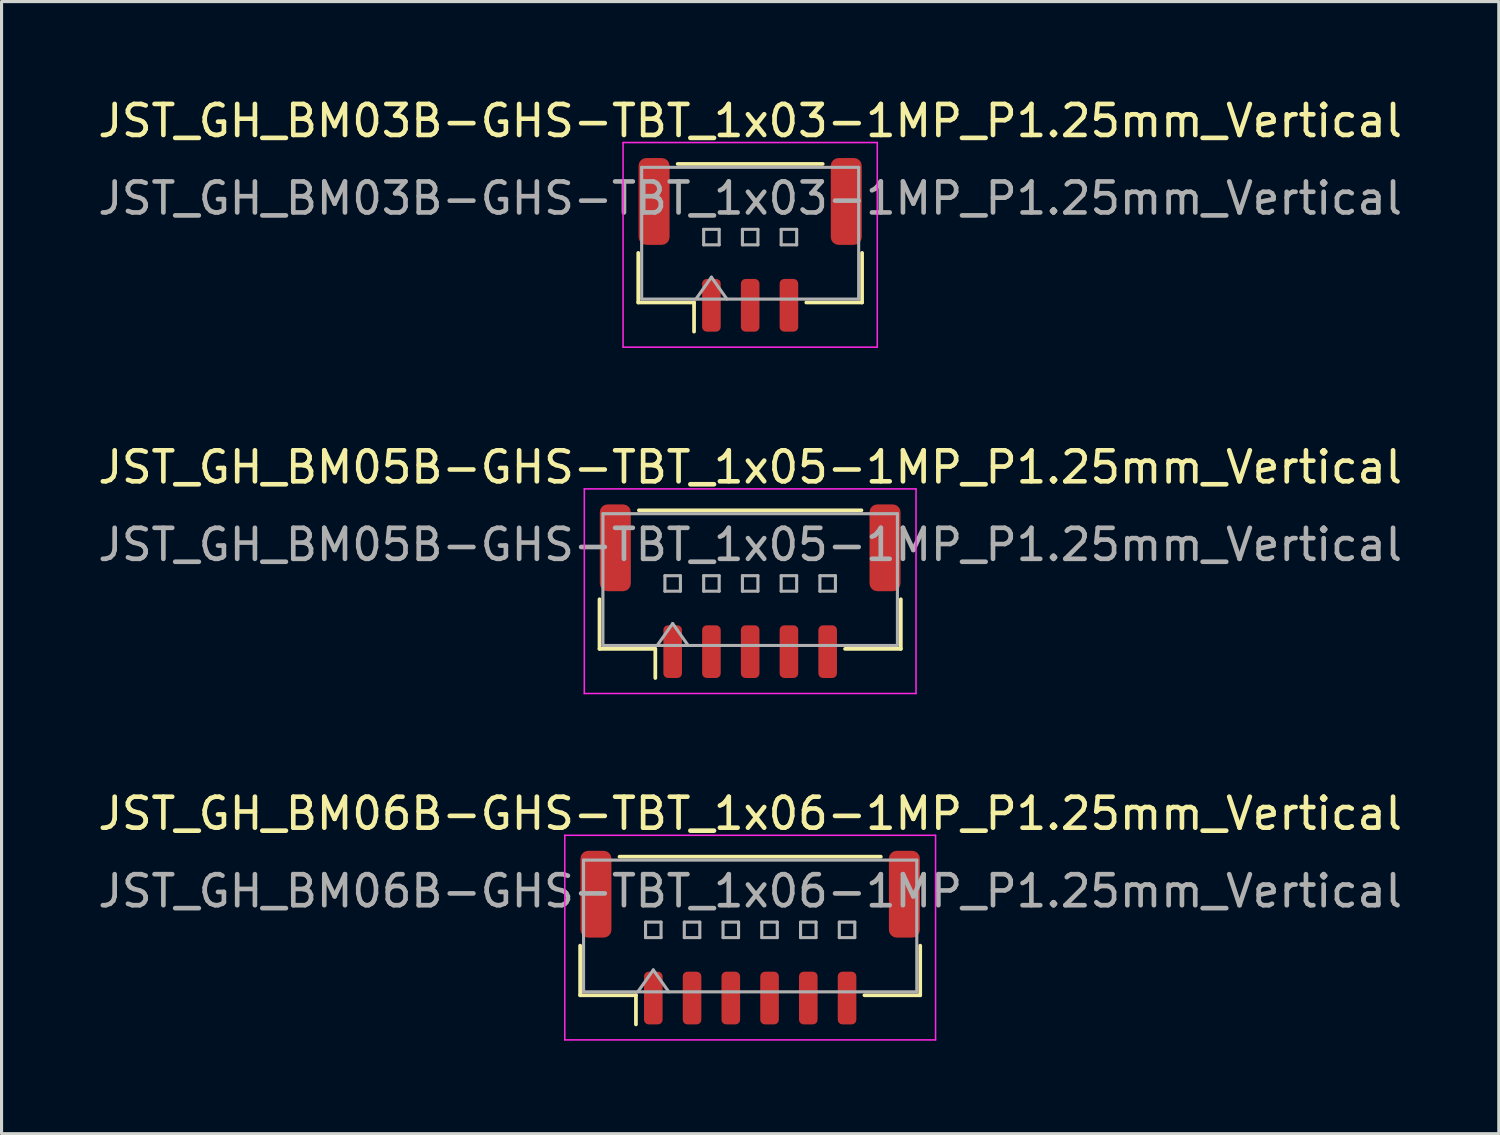
<source format=kicad_pcb>
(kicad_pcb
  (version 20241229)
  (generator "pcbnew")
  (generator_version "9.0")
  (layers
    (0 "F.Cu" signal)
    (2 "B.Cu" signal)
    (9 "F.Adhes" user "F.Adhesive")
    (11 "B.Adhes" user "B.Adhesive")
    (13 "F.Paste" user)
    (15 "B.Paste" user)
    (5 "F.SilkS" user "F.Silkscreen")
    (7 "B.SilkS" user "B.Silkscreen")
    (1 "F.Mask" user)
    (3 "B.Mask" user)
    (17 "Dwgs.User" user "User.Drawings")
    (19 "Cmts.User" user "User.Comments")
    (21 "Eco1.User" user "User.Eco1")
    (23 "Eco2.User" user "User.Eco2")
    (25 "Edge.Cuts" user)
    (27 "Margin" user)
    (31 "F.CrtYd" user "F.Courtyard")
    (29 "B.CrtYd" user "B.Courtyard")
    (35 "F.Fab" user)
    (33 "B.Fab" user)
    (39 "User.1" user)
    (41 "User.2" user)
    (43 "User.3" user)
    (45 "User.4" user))
  (footprint "JST_GH_BM05B-GHS-TBT_1x05-1MP_P1.25mm_Vertical"
    (layer "F.Cu")
    (at 21.149 16.021)
    (property "Reference" "JST_GH_BM05B-GHS-TBT_1x05-1MP_P1.25mm_Vertical" (at 0 -4 0) (layer "F.SilkS") (effects (font (size 1 1) (thickness 0.15))))
    (attr smd)
    (fp_line (start -4.86 0.26) (end -4.86 1.86) (stroke (width 0.12) (type solid)) (layer "F.SilkS"))
    (fp_line (start -4.86 1.86) (end -3.06 1.86) (stroke (width 0.12) (type solid)) (layer "F.SilkS"))
    (fp_line (start -3.59 -2.61) (end 3.59 -2.61) (stroke (width 0.12) (type solid)) (layer "F.SilkS"))
    (fp_line (start -3.06 1.86) (end -3.06 2.8) (stroke (width 0.12) (type solid)) (layer "F.SilkS"))
    (fp_line (start 4.86 0.26) (end 4.86 1.86) (stroke (width 0.12) (type solid)) (layer "F.SilkS"))
    (fp_line (start 4.86 1.86) (end 3.06 1.86) (stroke (width 0.12) (type solid)) (layer "F.SilkS"))
    (fp_line (start -5.35 -3.3) (end -5.35 3.3) (stroke (width 0.05) (type solid)) (layer "F.CrtYd"))
    (fp_line (start -5.35 3.3) (end 5.35 3.3) (stroke (width 0.05) (type solid)) (layer "F.CrtYd"))
    (fp_line (start 5.35 -3.3) (end -5.35 -3.3) (stroke (width 0.05) (type solid)) (layer "F.CrtYd"))
    (fp_line (start 5.35 3.3) (end 5.35 -3.3) (stroke (width 0.05) (type solid)) (layer "F.CrtYd"))
    (fp_line (start -4.75 -2.5) (end 4.75 -2.5) (stroke (width 0.1) (type solid)) (layer "F.Fab"))
    (fp_line (start -4.75 1.75) (end -4.75 -2.5) (stroke (width 0.1) (type solid)) (layer "F.Fab"))
    (fp_line (start -4.75 1.75) (end 4.75 1.75) (stroke (width 0.1) (type solid)) (layer "F.Fab"))
    (fp_line (start -3 1.75) (end -2.5 1.043) (stroke (width 0.1) (type solid)) (layer "F.Fab"))
    (fp_line (start -2.75 -0.5) (end -2.75 0) (stroke (width 0.1) (type solid)) (layer "F.Fab"))
    (fp_line (start -2.75 0) (end -2.25 0) (stroke (width 0.1) (type solid)) (layer "F.Fab"))
    (fp_line (start -2.5 1.043) (end -2 1.75) (stroke (width 0.1) (type solid)) (layer "F.Fab"))
    (fp_line (start -2.25 -0.5) (end -2.75 -0.5) (stroke (width 0.1) (type solid)) (layer "F.Fab"))
    (fp_line (start -2.25 0) (end -2.25 -0.5) (stroke (width 0.1) (type solid)) (layer "F.Fab"))
    (fp_line (start -1.5 -0.5) (end -1.5 0) (stroke (width 0.1) (type solid)) (layer "F.Fab"))
    (fp_line (start -1.5 0) (end -1 0) (stroke (width 0.1) (type solid)) (layer "F.Fab"))
    (fp_line (start -1 -0.5) (end -1.5 -0.5) (stroke (width 0.1) (type solid)) (layer "F.Fab"))
    (fp_line (start -1 0) (end -1 -0.5) (stroke (width 0.1) (type solid)) (layer "F.Fab"))
    (fp_line (start -0.25 -0.5) (end -0.25 0) (stroke (width 0.1) (type solid)) (layer "F.Fab"))
    (fp_line (start -0.25 0) (end 0.25 0) (stroke (width 0.1) (type solid)) (layer "F.Fab"))
    (fp_line (start 0.25 -0.5) (end -0.25 -0.5) (stroke (width 0.1) (type solid)) (layer "F.Fab"))
    (fp_line (start 0.25 0) (end 0.25 -0.5) (stroke (width 0.1) (type solid)) (layer "F.Fab"))
    (fp_line (start 1 -0.5) (end 1 0) (stroke (width 0.1) (type solid)) (layer "F.Fab"))
    (fp_line (start 1 0) (end 1.5 0) (stroke (width 0.1) (type solid)) (layer "F.Fab"))
    (fp_line (start 1.5 -0.5) (end 1 -0.5) (stroke (width 0.1) (type solid)) (layer "F.Fab"))
    (fp_line (start 1.5 0) (end 1.5 -0.5) (stroke (width 0.1) (type solid)) (layer "F.Fab"))
    (fp_line (start 2.25 -0.5) (end 2.25 0) (stroke (width 0.1) (type solid)) (layer "F.Fab"))
    (fp_line (start 2.25 0) (end 2.75 0) (stroke (width 0.1) (type solid)) (layer "F.Fab"))
    (fp_line (start 2.75 -0.5) (end 2.25 -0.5) (stroke (width 0.1) (type solid)) (layer "F.Fab"))
    (fp_line (start 2.75 0) (end 2.75 -0.5) (stroke (width 0.1) (type solid)) (layer "F.Fab"))
    (fp_line (start 4.75 1.75) (end 4.75 -2.5) (stroke (width 0.1) (type solid)) (layer "F.Fab"))
    (fp_text user "${REFERENCE}" (at 0 -1.5 0) (layer "F.Fab") (effects (font (size 1 1) (thickness 0.15))))
    (pad "1" smd roundrect (at -2.5 1.95) (size 0.6 1.7) (layers "F.Cu" "F.Mask" "F.Paste") (roundrect_rratio 0.25))
    (pad "2" smd roundrect (at -1.25 1.95) (size 0.6 1.7) (layers "F.Cu" "F.Mask" "F.Paste") (roundrect_rratio 0.25))
    (pad "3" smd roundrect (at 0 1.95) (size 0.6 1.7) (layers "F.Cu" "F.Mask" "F.Paste") (roundrect_rratio 0.25))
    (pad "4" smd roundrect (at 1.25 1.95) (size 0.6 1.7) (layers "F.Cu" "F.Mask" "F.Paste") (roundrect_rratio 0.25))
    (pad "5" smd roundrect (at 2.5 1.95) (size 0.6 1.7) (layers "F.Cu" "F.Mask" "F.Paste") (roundrect_rratio 0.25))
    (pad "MP" smd roundrect (at -4.35 -1.4) (size 1 2.8) (layers "F.Cu" "F.Mask" "F.Paste") (roundrect_rratio 0.25))
    (pad "MP" smd roundrect (at 4.35 -1.4) (size 1 2.8) (layers "F.Cu" "F.Mask" "F.Paste") (roundrect_rratio 0.25)))
  (footprint "JST_GH_BM03B-GHS-TBT_1x03-1MP_P1.25mm_Vertical"
    (layer "F.Cu")
    (at 21.149 4.848)
    (property "Reference" "JST_GH_BM03B-GHS-TBT_1x03-1MP_P1.25mm_Vertical" (at 0 -4 0) (layer "F.SilkS") (effects (font (size 1 1) (thickness 0.15))))
    (attr smd)
    (fp_line (start -3.61 0.26) (end -3.61 1.86) (stroke (width 0.12) (type solid)) (layer "F.SilkS"))
    (fp_line (start -3.61 1.86) (end -1.81 1.86) (stroke (width 0.12) (type solid)) (layer "F.SilkS"))
    (fp_line (start -2.34 -2.61) (end 2.34 -2.61) (stroke (width 0.12) (type solid)) (layer "F.SilkS"))
    (fp_line (start -1.81 1.86) (end -1.81 2.8) (stroke (width 0.12) (type solid)) (layer "F.SilkS"))
    (fp_line (start 3.61 0.26) (end 3.61 1.86) (stroke (width 0.12) (type solid)) (layer "F.SilkS"))
    (fp_line (start 3.61 1.86) (end 1.81 1.86) (stroke (width 0.12) (type solid)) (layer "F.SilkS"))
    (fp_line (start -4.1 -3.3) (end -4.1 3.3) (stroke (width 0.05) (type solid)) (layer "F.CrtYd"))
    (fp_line (start -4.1 3.3) (end 4.1 3.3) (stroke (width 0.05) (type solid)) (layer "F.CrtYd"))
    (fp_line (start 4.1 -3.3) (end -4.1 -3.3) (stroke (width 0.05) (type solid)) (layer "F.CrtYd"))
    (fp_line (start 4.1 3.3) (end 4.1 -3.3) (stroke (width 0.05) (type solid)) (layer "F.CrtYd"))
    (fp_line (start -3.5 -2.5) (end 3.5 -2.5) (stroke (width 0.1) (type solid)) (layer "F.Fab"))
    (fp_line (start -3.5 1.75) (end -3.5 -2.5) (stroke (width 0.1) (type solid)) (layer "F.Fab"))
    (fp_line (start -3.5 1.75) (end 3.5 1.75) (stroke (width 0.1) (type solid)) (layer "F.Fab"))
    (fp_line (start -1.75 1.75) (end -1.25 1.043) (stroke (width 0.1) (type solid)) (layer "F.Fab"))
    (fp_line (start -1.5 -0.5) (end -1.5 0) (stroke (width 0.1) (type solid)) (layer "F.Fab"))
    (fp_line (start -1.5 0) (end -1 0) (stroke (width 0.1) (type solid)) (layer "F.Fab"))
    (fp_line (start -1.25 1.043) (end -0.75 1.75) (stroke (width 0.1) (type solid)) (layer "F.Fab"))
    (fp_line (start -1 -0.5) (end -1.5 -0.5) (stroke (width 0.1) (type solid)) (layer "F.Fab"))
    (fp_line (start -1 0) (end -1 -0.5) (stroke (width 0.1) (type solid)) (layer "F.Fab"))
    (fp_line (start -0.25 -0.5) (end -0.25 0) (stroke (width 0.1) (type solid)) (layer "F.Fab"))
    (fp_line (start -0.25 0) (end 0.25 0) (stroke (width 0.1) (type solid)) (layer "F.Fab"))
    (fp_line (start 0.25 -0.5) (end -0.25 -0.5) (stroke (width 0.1) (type solid)) (layer "F.Fab"))
    (fp_line (start 0.25 0) (end 0.25 -0.5) (stroke (width 0.1) (type solid)) (layer "F.Fab"))
    (fp_line (start 1 -0.5) (end 1 0) (stroke (width 0.1) (type solid)) (layer "F.Fab"))
    (fp_line (start 1 0) (end 1.5 0) (stroke (width 0.1) (type solid)) (layer "F.Fab"))
    (fp_line (start 1.5 -0.5) (end 1 -0.5) (stroke (width 0.1) (type solid)) (layer "F.Fab"))
    (fp_line (start 1.5 0) (end 1.5 -0.5) (stroke (width 0.1) (type solid)) (layer "F.Fab"))
    (fp_line (start 3.5 1.75) (end 3.5 -2.5) (stroke (width 0.1) (type solid)) (layer "F.Fab"))
    (fp_text user "${REFERENCE}" (at 0 -1.5 0) (layer "F.Fab") (effects (font (size 1 1) (thickness 0.15))))
    (pad "1" smd roundrect (at -1.25 1.95) (size 0.6 1.7) (layers "F.Cu" "F.Mask" "F.Paste") (roundrect_rratio 0.25))
    (pad "2" smd roundrect (at 0 1.95) (size 0.6 1.7) (layers "F.Cu" "F.Mask" "F.Paste") (roundrect_rratio 0.25))
    (pad "3" smd roundrect (at 1.25 1.95) (size 0.6 1.7) (layers "F.Cu" "F.Mask" "F.Paste") (roundrect_rratio 0.25))
    (pad "MP" smd roundrect (at -3.1 -1.4) (size 1 2.8) (layers "F.Cu" "F.Mask" "F.Paste") (roundrect_rratio 0.25))
    (pad "MP" smd roundrect (at 3.1 -1.4) (size 1 2.8) (layers "F.Cu" "F.Mask" "F.Paste") (roundrect_rratio 0.25)))
  (footprint "JST_GH_BM06B-GHS-TBT_1x06-1MP_P1.25mm_Vertical"
    (layer "F.Cu")
    (at 21.149 27.195)
    (property "Reference" "JST_GH_BM06B-GHS-TBT_1x06-1MP_P1.25mm_Vertical" (at 0 -4 0) (layer "F.SilkS") (effects (font (size 1 1) (thickness 0.15))))
    (attr smd)
    (fp_line (start -5.485 0.26) (end -5.485 1.86) (stroke (width 0.12) (type solid)) (layer "F.SilkS"))
    (fp_line (start -5.485 1.86) (end -3.685 1.86) (stroke (width 0.12) (type solid)) (layer "F.SilkS"))
    (fp_line (start -4.215 -2.61) (end 4.215 -2.61) (stroke (width 0.12) (type solid)) (layer "F.SilkS"))
    (fp_line (start -3.685 1.86) (end -3.685 2.8) (stroke (width 0.12) (type solid)) (layer "F.SilkS"))
    (fp_line (start 5.485 0.26) (end 5.485 1.86) (stroke (width 0.12) (type solid)) (layer "F.SilkS"))
    (fp_line (start 5.485 1.86) (end 3.685 1.86) (stroke (width 0.12) (type solid)) (layer "F.SilkS"))
    (fp_line (start -5.98 -3.3) (end -5.98 3.3) (stroke (width 0.05) (type solid)) (layer "F.CrtYd"))
    (fp_line (start -5.98 3.3) (end 5.98 3.3) (stroke (width 0.05) (type solid)) (layer "F.CrtYd"))
    (fp_line (start 5.98 -3.3) (end -5.98 -3.3) (stroke (width 0.05) (type solid)) (layer "F.CrtYd"))
    (fp_line (start 5.98 3.3) (end 5.98 -3.3) (stroke (width 0.05) (type solid)) (layer "F.CrtYd"))
    (fp_line (start -5.375 -2.5) (end 5.375 -2.5) (stroke (width 0.1) (type solid)) (layer "F.Fab"))
    (fp_line (start -5.375 1.75) (end -5.375 -2.5) (stroke (width 0.1) (type solid)) (layer "F.Fab"))
    (fp_line (start -5.375 1.75) (end 5.375 1.75) (stroke (width 0.1) (type solid)) (layer "F.Fab"))
    (fp_line (start -3.625 1.75) (end -3.125 1.043) (stroke (width 0.1) (type solid)) (layer "F.Fab"))
    (fp_line (start -3.375 -0.5) (end -3.375 0) (stroke (width 0.1) (type solid)) (layer "F.Fab"))
    (fp_line (start -3.375 0) (end -2.875 0) (stroke (width 0.1) (type solid)) (layer "F.Fab"))
    (fp_line (start -3.125 1.043) (end -2.625 1.75) (stroke (width 0.1) (type solid)) (layer "F.Fab"))
    (fp_line (start -2.875 -0.5) (end -3.375 -0.5) (stroke (width 0.1) (type solid)) (layer "F.Fab"))
    (fp_line (start -2.875 0) (end -2.875 -0.5) (stroke (width 0.1) (type solid)) (layer "F.Fab"))
    (fp_line (start -2.125 -0.5) (end -2.125 0) (stroke (width 0.1) (type solid)) (layer "F.Fab"))
    (fp_line (start -2.125 0) (end -1.625 0) (stroke (width 0.1) (type solid)) (layer "F.Fab"))
    (fp_line (start -1.625 -0.5) (end -2.125 -0.5) (stroke (width 0.1) (type solid)) (layer "F.Fab"))
    (fp_line (start -1.625 0) (end -1.625 -0.5) (stroke (width 0.1) (type solid)) (layer "F.Fab"))
    (fp_line (start -0.875 -0.5) (end -0.875 0) (stroke (width 0.1) (type solid)) (layer "F.Fab"))
    (fp_line (start -0.875 0) (end -0.375 0) (stroke (width 0.1) (type solid)) (layer "F.Fab"))
    (fp_line (start -0.375 -0.5) (end -0.875 -0.5) (stroke (width 0.1) (type solid)) (layer "F.Fab"))
    (fp_line (start -0.375 0) (end -0.375 -0.5) (stroke (width 0.1) (type solid)) (layer "F.Fab"))
    (fp_line (start 0.375 -0.5) (end 0.375 0) (stroke (width 0.1) (type solid)) (layer "F.Fab"))
    (fp_line (start 0.375 0) (end 0.875 0) (stroke (width 0.1) (type solid)) (layer "F.Fab"))
    (fp_line (start 0.875 -0.5) (end 0.375 -0.5) (stroke (width 0.1) (type solid)) (layer "F.Fab"))
    (fp_line (start 0.875 0) (end 0.875 -0.5) (stroke (width 0.1) (type solid)) (layer "F.Fab"))
    (fp_line (start 1.625 -0.5) (end 1.625 0) (stroke (width 0.1) (type solid)) (layer "F.Fab"))
    (fp_line (start 1.625 0) (end 2.125 0) (stroke (width 0.1) (type solid)) (layer "F.Fab"))
    (fp_line (start 2.125 -0.5) (end 1.625 -0.5) (stroke (width 0.1) (type solid)) (layer "F.Fab"))
    (fp_line (start 2.125 0) (end 2.125 -0.5) (stroke (width 0.1) (type solid)) (layer "F.Fab"))
    (fp_line (start 2.875 -0.5) (end 2.875 0) (stroke (width 0.1) (type solid)) (layer "F.Fab"))
    (fp_line (start 2.875 0) (end 3.375 0) (stroke (width 0.1) (type solid)) (layer "F.Fab"))
    (fp_line (start 3.375 -0.5) (end 2.875 -0.5) (stroke (width 0.1) (type solid)) (layer "F.Fab"))
    (fp_line (start 3.375 0) (end 3.375 -0.5) (stroke (width 0.1) (type solid)) (layer "F.Fab"))
    (fp_line (start 5.375 1.75) (end 5.375 -2.5) (stroke (width 0.1) (type solid)) (layer "F.Fab"))
    (fp_text user "${REFERENCE}" (at 0 -1.5 0) (layer "F.Fab") (effects (font (size 1 1) (thickness 0.15))))
    (pad "1" smd roundrect (at -3.125 1.95) (size 0.6 1.7) (layers "F.Cu" "F.Mask" "F.Paste") (roundrect_rratio 0.25))
    (pad "2" smd roundrect (at -1.875 1.95) (size 0.6 1.7) (layers "F.Cu" "F.Mask" "F.Paste") (roundrect_rratio 0.25))
    (pad "3" smd roundrect (at -0.625 1.95) (size 0.6 1.7) (layers "F.Cu" "F.Mask" "F.Paste") (roundrect_rratio 0.25))
    (pad "4" smd roundrect (at 0.625 1.95) (size 0.6 1.7) (layers "F.Cu" "F.Mask" "F.Paste") (roundrect_rratio 0.25))
    (pad "5" smd roundrect (at 1.875 1.95) (size 0.6 1.7) (layers "F.Cu" "F.Mask" "F.Paste") (roundrect_rratio 0.25))
    (pad "6" smd roundrect (at 3.125 1.95) (size 0.6 1.7) (layers "F.Cu" "F.Mask" "F.Paste") (roundrect_rratio 0.25))
    (pad "MP" smd roundrect (at -4.975 -1.4) (size 1 2.8) (layers "F.Cu" "F.Mask" "F.Paste") (roundrect_rratio 0.25))
    (pad "MP" smd roundrect (at 4.975 -1.4) (size 1 2.8) (layers "F.Cu" "F.Mask" "F.Paste") (roundrect_rratio 0.25)))
  (gr_rect
    (start -3 -3)
    (end 45.298 33.52)
    (stroke (width 0.1) (type default))
    (fill no)
    (layer "Edge.Cuts")))
</source>
